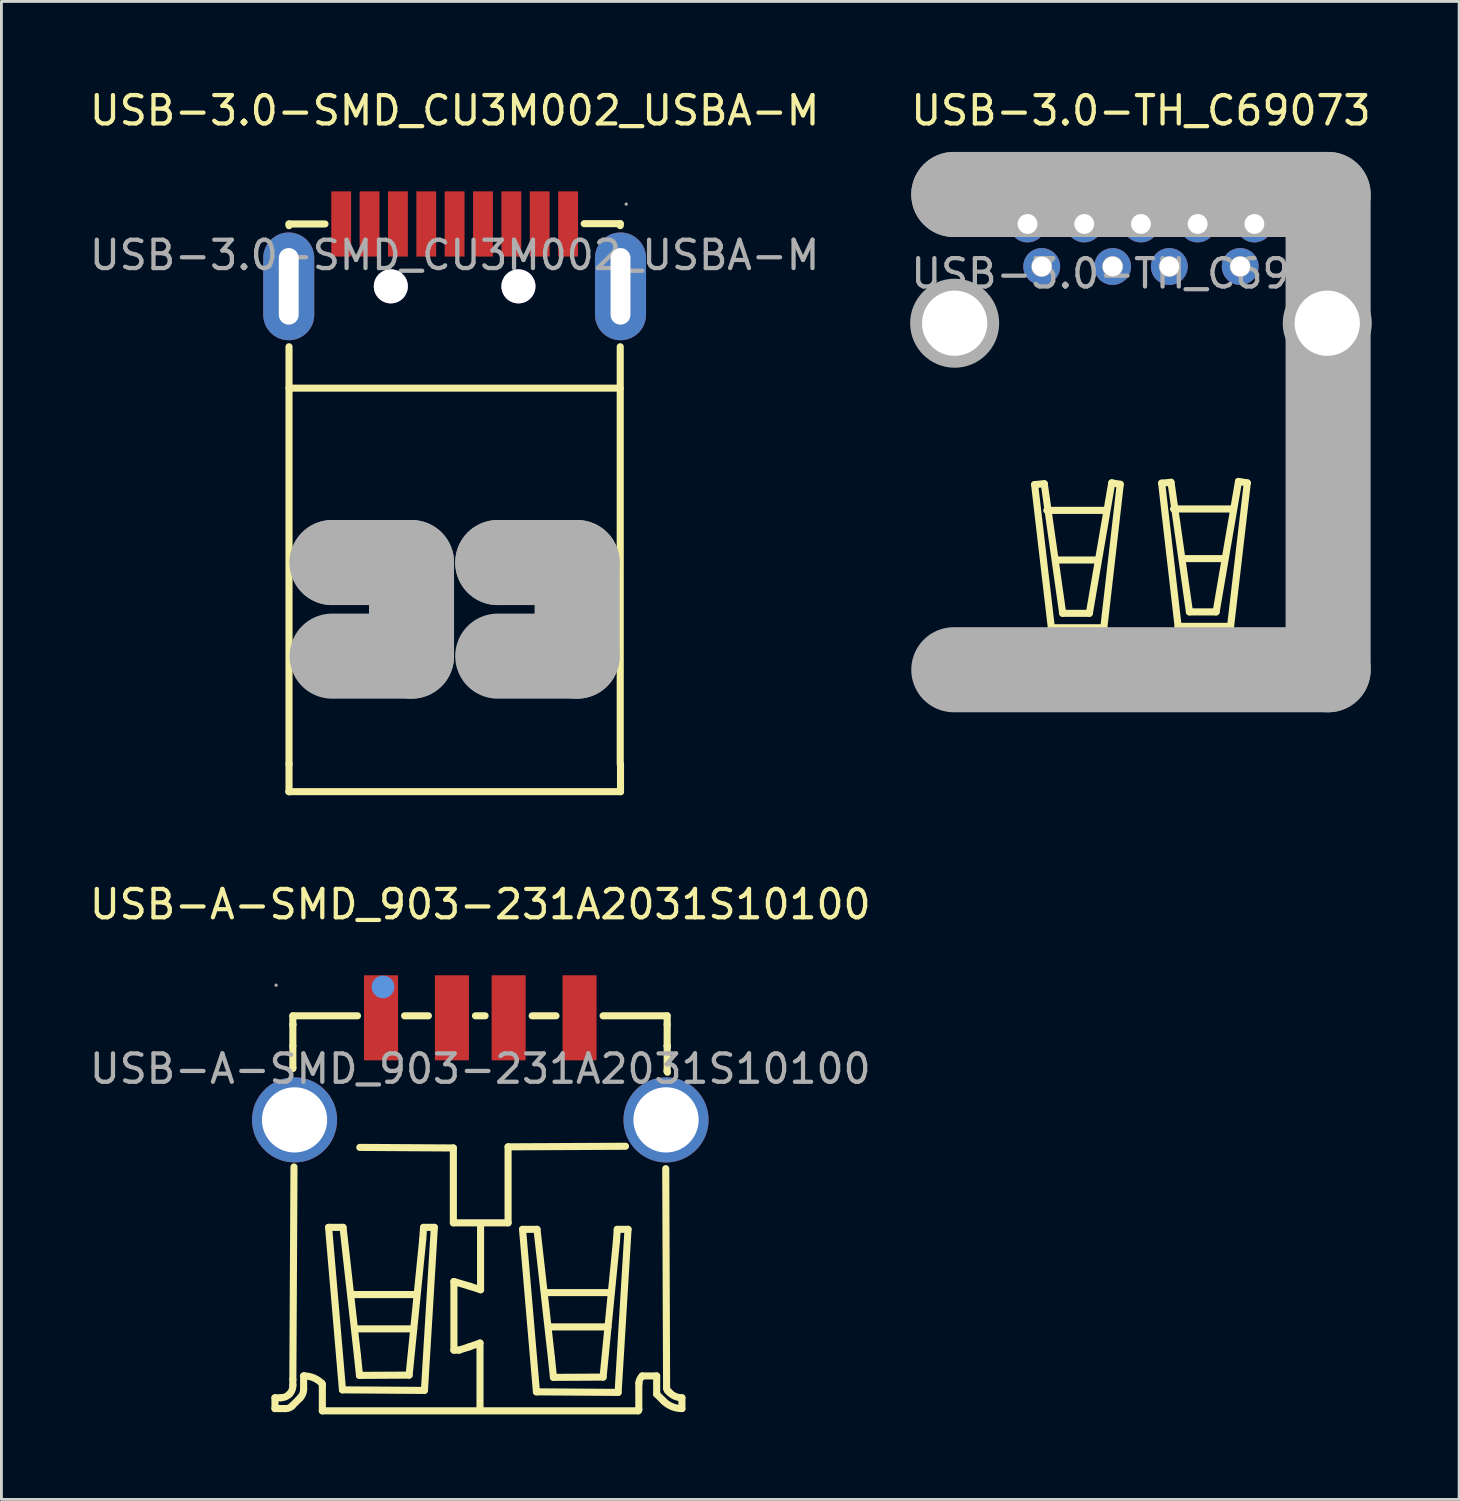
<source format=kicad_pcb>
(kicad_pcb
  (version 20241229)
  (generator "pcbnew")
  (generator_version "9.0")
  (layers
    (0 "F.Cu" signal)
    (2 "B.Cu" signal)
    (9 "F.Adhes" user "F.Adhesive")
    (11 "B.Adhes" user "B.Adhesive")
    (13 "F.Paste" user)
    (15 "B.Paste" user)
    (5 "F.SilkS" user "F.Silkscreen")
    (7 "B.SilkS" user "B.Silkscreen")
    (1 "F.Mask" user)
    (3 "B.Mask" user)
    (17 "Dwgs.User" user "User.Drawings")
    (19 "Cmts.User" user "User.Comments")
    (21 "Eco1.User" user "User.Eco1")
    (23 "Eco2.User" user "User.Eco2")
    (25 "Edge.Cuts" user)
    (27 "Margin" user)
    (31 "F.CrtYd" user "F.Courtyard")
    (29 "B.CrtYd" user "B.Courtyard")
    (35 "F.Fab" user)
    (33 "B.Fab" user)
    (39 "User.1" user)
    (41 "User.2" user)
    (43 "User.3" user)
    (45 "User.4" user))
  (footprint "USB-3.0-SMD_CU3M002_USBA-M"
    (layer "F.Cu")
    (at 12.982 5.948)
    (property "Reference" "USB-3.0-SMD_CU3M002_USBA-M" (at 0 -5.1 0) (layer "F.SilkS") (effects (font (size 1 1) (thickness 0.15))))
    (attr through_hole)
    (fp_line (start -5.84 -1.04) (end -5.84 -1.1) (stroke (width 0.25) (type solid)) (layer "F.SilkS"))
    (fp_line (start -5.84 4.69) (end 5.84 4.69) (stroke (width 0.25) (type solid)) (layer "F.SilkS"))
    (fp_line (start -5.84 17.95) (end -5.84 3.23) (stroke (width 0.25) (type solid)) (layer "F.SilkS"))
    (fp_line (start -5.84 18.92) (end -5.84 17.95) (stroke (width 0.25) (type solid)) (layer "F.SilkS"))
    (fp_line (start -5.84 18.92) (end -5.84 18.92) (stroke (width 0.25) (type solid)) (layer "F.SilkS"))
    (fp_line (start -4.57 -1.1) (end -5.84 -1.1) (stroke (width 0.25) (type solid)) (layer "F.SilkS"))
    (fp_line (start 5.84 -1.11) (end 4.57 -1.11) (stroke (width 0.25) (type solid)) (layer "F.SilkS"))
    (fp_line (start 5.84 -1.11) (end 5.84 -1.04) (stroke (width 0.25) (type solid)) (layer "F.SilkS"))
    (fp_line (start 5.84 3.23) (end 5.84 17.95) (stroke (width 0.25) (type solid)) (layer "F.SilkS"))
    (fp_line (start 5.85 17.95) (end 5.85 18.92) (stroke (width 0.25) (type solid)) (layer "F.SilkS"))
    (fp_line (start 5.85 18.92) (end -5.84 18.92) (stroke (width 0.25) (type solid)) (layer "F.SilkS"))
    (fp_line (start -4.32 10.84) (end -4.32 10.84) (stroke (width 3) (type solid)) (layer "F.Fab"))
    (fp_line (start -4.32 10.84) (end -1.52 10.84) (stroke (width 3) (type solid)) (layer "F.Fab"))
    (fp_line (start -1.52 10.84) (end -1.52 14.14) (stroke (width 3) (type solid)) (layer "F.Fab"))
    (fp_line (start -1.52 14.14) (end -4.32 14.14) (stroke (width 3) (type solid)) (layer "F.Fab"))
    (fp_line (start 1.52 10.84) (end 1.52 10.84) (stroke (width 3) (type solid)) (layer "F.Fab"))
    (fp_line (start 1.52 10.84) (end 4.32 10.84) (stroke (width 3) (type solid)) (layer "F.Fab"))
    (fp_line (start 4.32 10.84) (end 4.32 14.14) (stroke (width 3) (type solid)) (layer "F.Fab"))
    (fp_line (start 4.32 14.14) (end 1.52 14.14) (stroke (width 3) (type solid)) (layer "F.Fab"))
    (fp_circle (center 6.05 -1.8) (end 6.08 -1.8) (stroke (width 0.06) (type solid)) (fill no) (layer "F.Fab"))
    (fp_text user "${REFERENCE}" (at 0 0 0) (layer "F.Fab") (effects (font (size 1 1) (thickness 0.15))))
    (pad "" thru_hole circle (at -2.25 1.1) (size 1.2 1.2) (drill 1.2) (layers "*.Cu" "*.Mask"))
    (pad "" thru_hole circle (at 2.25 1.1) (size 1.2 1.2) (drill 1.2) (layers "*.Cu" "*.Mask"))
    (pad "1" smd rect (at 3 -1.1) (size 0.7 2.3) (layers "F.Cu" "F.Mask" "F.Paste"))
    (pad "2" smd rect (at 1 -1.1) (size 0.7 2.3) (layers "F.Cu" "F.Mask" "F.Paste"))
    (pad "3" smd rect (at -1 -1.1) (size 0.7 2.3) (layers "F.Cu" "F.Mask" "F.Paste"))
    (pad "4" smd rect (at -3 -1.1) (size 0.7 2.3) (layers "F.Cu" "F.Mask" "F.Paste"))
    (pad "5" smd rect (at -4 -1.1) (size 0.7 2.3) (layers "F.Cu" "F.Mask" "F.Paste"))
    (pad "6" smd rect (at -2 -1.1) (size 0.7 2.3) (layers "F.Cu" "F.Mask" "F.Paste"))
    (pad "7" smd rect (at 0 -1.1) (size 0.7 2.3) (layers "F.Cu" "F.Mask" "F.Paste"))
    (pad "8" smd rect (at 2 -1.1) (size 0.7 2.3) (layers "F.Cu" "F.Mask" "F.Paste"))
    (pad "9" smd rect (at 4 -1.1) (size 0.7 2.3) (layers "F.Cu" "F.Mask" "F.Paste"))
    (pad "10" thru_hole oval (at 5.85 1.1) (size 1.8 3.8) (drill oval 0.7 2.7) (layers "*.Cu" "*.Paste" "*.Mask"))
    (pad "11" thru_hole oval (at -5.85 1.1) (size 1.8 3.8) (drill oval 0.7 2.7) (layers "*.Cu" "*.Paste" "*.Mask")))
  (footprint "USB-3.0-TH_C69073"
    (layer "F.Cu")
    (at 37.185 6.598)
    (property "Reference" "USB-3.0-TH_C69073" (at 0 -5.75 0) (layer "F.SilkS") (effects (font (size 1 1) (thickness 0.15))))
    (attr through_hole)
    (fp_line (start -3.75 7.44) (end -3.16 12.49) (stroke (width 0.25) (type solid)) (layer "F.SilkS"))
    (fp_line (start -3.41 7.41) (end -3.75 7.44) (stroke (width 0.25) (type solid)) (layer "F.SilkS"))
    (fp_line (start -3.32 8.35) (end -1.23 8.35) (stroke (width 0.25) (type solid)) (layer "F.SilkS"))
    (fp_line (start -3.16 12.49) (end -1.31 12.49) (stroke (width 0.25) (type solid)) (layer "F.SilkS"))
    (fp_line (start -2.99 10.1) (end -1.54 10.1) (stroke (width 0.25) (type solid)) (layer "F.SilkS"))
    (fp_line (start -2.76 11.98) (end -3.41 7.41) (stroke (width 0.25) (type solid)) (layer "F.SilkS"))
    (fp_line (start -1.82 11.98) (end -2.76 11.98) (stroke (width 0.25) (type solid)) (layer "F.SilkS"))
    (fp_line (start -1.31 12.49) (end -0.73 7.43) (stroke (width 0.25) (type solid)) (layer "F.SilkS"))
    (fp_line (start -1.03 7.38) (end -1.82 11.98) (stroke (width 0.25) (type solid)) (layer "F.SilkS"))
    (fp_line (start -0.73 7.43) (end -1.03 7.38) (stroke (width 0.25) (type solid)) (layer "F.SilkS"))
    (fp_line (start 0.73 7.39) (end 1.06 7.36) (stroke (width 0.25) (type solid)) (layer "F.SilkS"))
    (fp_line (start 1.06 7.36) (end 1.71 11.93) (stroke (width 0.25) (type solid)) (layer "F.SilkS"))
    (fp_line (start 1.15 8.3) (end 3.24 8.3) (stroke (width 0.25) (type solid)) (layer "F.SilkS"))
    (fp_line (start 1.31 12.44) (end 0.73 7.39) (stroke (width 0.25) (type solid)) (layer "F.SilkS"))
    (fp_line (start 1.48 10.05) (end 2.93 10.05) (stroke (width 0.25) (type solid)) (layer "F.SilkS"))
    (fp_line (start 1.71 11.93) (end 2.65 11.93) (stroke (width 0.25) (type solid)) (layer "F.SilkS"))
    (fp_line (start 2.65 11.93) (end 3.44 7.33) (stroke (width 0.25) (type solid)) (layer "F.SilkS"))
    (fp_line (start 3.16 12.44) (end 1.31 12.44) (stroke (width 0.25) (type solid)) (layer "F.SilkS"))
    (fp_line (start 3.44 7.33) (end 3.75 7.38) (stroke (width 0.25) (type solid)) (layer "F.SilkS"))
    (fp_line (start 3.75 7.38) (end 3.16 12.44) (stroke (width 0.25) (type solid)) (layer "F.SilkS"))
    (fp_line (start -6.6 -2.79) (end -6.6 -2.79) (stroke (width 3) (type solid)) (layer "F.Fab"))
    (fp_line (start -6.6 -2.79) (end 6.6 -2.79) (stroke (width 3) (type solid)) (layer "F.Fab"))
    (fp_line (start 6.6 -2.79) (end 6.6 13.97) (stroke (width 3) (type solid)) (layer "F.Fab"))
    (fp_line (start 6.6 13.97) (end -6.6 13.97) (stroke (width 3) (type solid)) (layer "F.Fab"))
    (fp_circle (center -7.97 -2.92) (end -7.94 -2.92) (stroke (width 0.06) (type solid)) (fill no) (layer "F.Fab"))
    (fp_circle (center -6.57 1.75) (end -6.05 1.75) (stroke (width 1.05) (type solid)) (fill no) (layer "F.Fab"))
    (fp_circle (center -4 -1.75) (end -3.88 -1.75) (stroke (width 0.25) (type solid)) (fill no) (layer "F.Fab"))
    (fp_circle (center -3.5 -0.25) (end -3.38 -0.25) (stroke (width 0.25) (type solid)) (fill no) (layer "F.Fab"))
    (fp_circle (center -2 -1.75) (end -1.88 -1.75) (stroke (width 0.25) (type solid)) (fill no) (layer "F.Fab"))
    (fp_circle (center -1 -0.25) (end -0.88 -0.25) (stroke (width 0.25) (type solid)) (fill no) (layer "F.Fab"))
    (fp_circle (center 0 -1.75) (end 0.12 -1.75) (stroke (width 0.25) (type solid)) (fill no) (layer "F.Fab"))
    (fp_circle (center 1 -0.25) (end 1.12 -0.25) (stroke (width 0.25) (type solid)) (fill no) (layer "F.Fab"))
    (fp_circle (center 2 -1.75) (end 2.12 -1.75) (stroke (width 0.25) (type solid)) (fill no) (layer "F.Fab"))
    (fp_circle (center 3.5 -0.25) (end 3.62 -0.25) (stroke (width 0.25) (type solid)) (fill no) (layer "F.Fab"))
    (fp_circle (center 4 -1.75) (end 4.12 -1.75) (stroke (width 0.25) (type solid)) (fill no) (layer "F.Fab"))
    (fp_circle (center 6.57 1.75) (end 7.09 1.75) (stroke (width 1.05) (type solid)) (fill no) (layer "F.Fab"))
    (fp_text user "${REFERENCE}" (at 0 0 0) (layer "F.Fab") (effects (font (size 1 1) (thickness 0.15))))
    (pad "1" thru_hole circle (at -3.5 -0.25) (size 1.3 1.3) (drill 0.7) (layers "*.Cu" "*.Paste" "*.Mask"))
    (pad "2" thru_hole circle (at -1 -0.25) (size 1.3 1.3) (drill 0.7) (layers "*.Cu" "*.Paste" "*.Mask"))
    (pad "3" thru_hole circle (at 1 -0.25) (size 1.3 1.3) (drill 0.7) (layers "*.Cu" "*.Paste" "*.Mask"))
    (pad "4" thru_hole circle (at 3.5 -0.25) (size 1.3 1.3) (drill 0.7) (layers "*.Cu" "*.Paste" "*.Mask"))
    (pad "5" thru_hole circle (at 4 -1.75) (size 1.3 1.3) (drill 0.7) (layers "*.Cu" "*.Paste" "*.Mask"))
    (pad "6" thru_hole circle (at 2 -1.75) (size 1.3 1.3) (drill 0.7) (layers "*.Cu" "*.Paste" "*.Mask"))
    (pad "7" thru_hole circle (at 0 -1.75) (size 1.3 1.3) (drill 0.7) (layers "*.Cu" "*.Paste" "*.Mask"))
    (pad "8" thru_hole circle (at -2 -1.75) (size 1.3 1.3) (drill 0.7) (layers "*.Cu" "*.Paste" "*.Mask"))
    (pad "9" thru_hole circle (at -4 -1.75) (size 1.3 1.3) (drill 0.7) (layers "*.Cu" "*.Paste" "*.Mask"))
    (pad "10" thru_hole circle (at -6.57 1.75) (size 2.8 2.8) (drill 2.3) (layers "*.Cu" "*.Paste" "*.Mask"))
    (pad "11" thru_hole circle (at 6.57 1.75) (size 2.8 2.8) (drill 2.3) (layers "*.Cu" "*.Paste" "*.Mask")))
  (footprint "USB-A-SMD_903-231A2031S10100"
    (layer "F.Cu")
    (at 13.887 34.642)
    (property "Reference" "USB-A-SMD_903-231A2031S10100" (at 0 -5.8 0) (layer "F.SilkS") (effects (font (size 1 1) (thickness 0.15))))
    (attr through_hole)
    (fp_line (start -7.24 11.6) (end -7.24 11.98) (stroke (width 0.25) (type solid)) (layer "F.SilkS"))
    (fp_line (start -7.24 11.98) (end -6.86 11.98) (stroke (width 0.25) (type solid)) (layer "F.SilkS"))
    (fp_line (start -7.04 11.6) (end -7.24 11.6) (stroke (width 0.25) (type solid)) (layer "F.SilkS"))
    (fp_line (start -6.64 11.89) (end -6.35 11.6) (stroke (width 0.25) (type solid)) (layer "F.SilkS"))
    (fp_line (start -6.61 -1.87) (end -4.33 -1.87) (stroke (width 0.25) (type solid)) (layer "F.SilkS"))
    (fp_line (start -6.61 -1.56) (end -6.61 -1.87) (stroke (width 0.25) (type solid)) (layer "F.SilkS"))
    (fp_line (start -6.61 -1.56) (end -6.61 -1.56) (stroke (width 0.25) (type solid)) (layer "F.SilkS"))
    (fp_line (start -6.61 -0.81) (end -6.61 -1.56) (stroke (width 0.25) (type solid)) (layer "F.SilkS"))
    (fp_line (start -6.61 -0.81) (end -6.61 -0.03) (stroke (width 0.25) (type solid)) (layer "F.SilkS"))
    (fp_line (start -6.61 10.96) (end -6.61 11.16) (stroke (width 0.25) (type solid)) (layer "F.SilkS"))
    (fp_line (start -6.6 1.94) (end -7.2 1.94) (stroke (width 0.25) (type solid)) (layer "F.SilkS"))
    (fp_line (start -6.57 3.46) (end -6.61 10.96) (stroke (width 0.25) (type solid)) (layer "F.SilkS"))
    (fp_line (start -6.23 10.83) (end -6.2 10.83) (stroke (width 0.25) (type solid)) (layer "F.SilkS"))
    (fp_line (start -6.23 11.29) (end -6.23 10.83) (stroke (width 0.25) (type solid)) (layer "F.SilkS"))
    (fp_line (start -5.57 11.13) (end -5.57 12.06) (stroke (width 0.25) (type solid)) (layer "F.SilkS"))
    (fp_line (start -5.57 12.06) (end 5.57 12.06) (stroke (width 0.25) (type solid)) (layer "F.SilkS"))
    (fp_line (start -5.35 5.59) (end -4.84 5.59) (stroke (width 0.25) (type solid)) (layer "F.SilkS"))
    (fp_line (start -4.86 11.32) (end -5.35 5.59) (stroke (width 0.25) (type solid)) (layer "F.SilkS"))
    (fp_line (start -4.84 5.59) (end -4.33 10.13) (stroke (width 0.25) (type solid)) (layer "F.SilkS"))
    (fp_line (start -4.52 7.96) (end -2.26 7.96) (stroke (width 0.25) (type solid)) (layer "F.SilkS"))
    (fp_line (start -4.38 9.17) (end -2.35 9.17) (stroke (width 0.25) (type solid)) (layer "F.SilkS"))
    (fp_line (start -4.33 10.13) (end -4.26 10.81) (stroke (width 0.25) (type solid)) (layer "F.SilkS"))
    (fp_line (start -4.26 10.81) (end -2.51 10.8) (stroke (width 0.25) (type solid)) (layer "F.SilkS"))
    (fp_line (start -4.25 2.77) (end -0.95 2.79) (stroke (width 0.25) (type solid)) (layer "F.SilkS"))
    (fp_line (start -2.67 -1.87) (end -1.83 -1.87) (stroke (width 0.25) (type solid)) (layer "F.SilkS"))
    (fp_line (start -2.51 10.8) (end -2.03 6.02) (stroke (width 0.25) (type solid)) (layer "F.SilkS"))
    (fp_line (start -2.03 6.02) (end -2 5.59) (stroke (width 0.25) (type solid)) (layer "F.SilkS"))
    (fp_line (start -2 5.59) (end -1.62 5.59) (stroke (width 0.25) (type solid)) (layer "F.SilkS"))
    (fp_line (start -1.97 11.34) (end -4.86 11.32) (stroke (width 0.25) (type solid)) (layer "F.SilkS"))
    (fp_line (start -1.62 5.59) (end -1.97 11.34) (stroke (width 0.25) (type solid)) (layer "F.SilkS"))
    (fp_line (start -0.95 2.79) (end -0.95 5.43) (stroke (width 0.25) (type solid)) (layer "F.SilkS"))
    (fp_line (start -0.95 5.43) (end 0.98 5.43) (stroke (width 0.25) (type solid)) (layer "F.SilkS"))
    (fp_line (start -0.93 7.5) (end -0.93 9.92) (stroke (width 0.25) (type solid)) (layer "F.SilkS"))
    (fp_line (start -0.93 9.92) (end -0.75 9.92) (stroke (width 0.25) (type solid)) (layer "F.SilkS"))
    (fp_line (start -0.75 9.92) (end -0.38 9.8) (stroke (width 0.25) (type solid)) (layer "F.SilkS"))
    (fp_line (start -0.38 9.8) (end -0.01 9.67) (stroke (width 0.25) (type solid)) (layer "F.SilkS"))
    (fp_line (start -0.36 7.67) (end -0.93 7.5) (stroke (width 0.25) (type solid)) (layer "F.SilkS"))
    (fp_line (start -0.17 -1.87) (end 0.17 -1.87) (stroke (width 0.25) (type solid)) (layer "F.SilkS"))
    (fp_line (start -0.01 9.67) (end -0.01 12.01) (stroke (width 0.25) (type solid)) (layer "F.SilkS"))
    (fp_line (start 0.01 5.48) (end 0.01 7.79) (stroke (width 0.25) (type solid)) (layer "F.SilkS"))
    (fp_line (start 0.01 7.79) (end -0.36 7.67) (stroke (width 0.25) (type solid)) (layer "F.SilkS"))
    (fp_line (start 0.98 2.75) (end 5.12 2.73) (stroke (width 0.25) (type solid)) (layer "F.SilkS"))
    (fp_line (start 0.98 5.43) (end 0.98 2.75) (stroke (width 0.25) (type solid)) (layer "F.SilkS"))
    (fp_line (start 1.49 5.66) (end 2 5.66) (stroke (width 0.25) (type solid)) (layer "F.SilkS"))
    (fp_line (start 1.83 -1.87) (end 2.67 -1.87) (stroke (width 0.25) (type solid)) (layer "F.SilkS"))
    (fp_line (start 1.98 11.39) (end 1.49 5.66) (stroke (width 0.25) (type solid)) (layer "F.SilkS"))
    (fp_line (start 2 5.66) (end 2.51 10.2) (stroke (width 0.25) (type solid)) (layer "F.SilkS"))
    (fp_line (start 2.33 7.89) (end 4.59 7.89) (stroke (width 0.25) (type solid)) (layer "F.SilkS"))
    (fp_line (start 2.47 9.1) (end 4.5 9.1) (stroke (width 0.25) (type solid)) (layer "F.SilkS"))
    (fp_line (start 2.51 10.2) (end 2.58 10.88) (stroke (width 0.25) (type solid)) (layer "F.SilkS"))
    (fp_line (start 2.58 10.88) (end 4.33 10.87) (stroke (width 0.25) (type solid)) (layer "F.SilkS"))
    (fp_line (start 4.33 -1.87) (end 6.59 -1.87) (stroke (width 0.25) (type solid)) (layer "F.SilkS"))
    (fp_line (start 4.33 10.87) (end 4.8 6.09) (stroke (width 0.25) (type solid)) (layer "F.SilkS"))
    (fp_line (start 4.8 6.09) (end 4.83 5.66) (stroke (width 0.25) (type solid)) (layer "F.SilkS"))
    (fp_line (start 4.83 5.66) (end 5.21 5.66) (stroke (width 0.25) (type solid)) (layer "F.SilkS"))
    (fp_line (start 4.86 11.41) (end 1.98 11.39) (stroke (width 0.25) (type solid)) (layer "F.SilkS"))
    (fp_line (start 5.21 5.66) (end 4.86 11.41) (stroke (width 0.25) (type solid)) (layer "F.SilkS"))
    (fp_line (start 5.59 12.02) (end 5.59 11.09) (stroke (width 0.25) (type solid)) (layer "F.SilkS"))
    (fp_line (start 5.68 10.87) (end 5.71 10.83) (stroke (width 0.25) (type solid)) (layer "F.SilkS"))
    (fp_line (start 5.71 10.83) (end 6.22 10.83) (stroke (width 0.25) (type solid)) (layer "F.SilkS"))
    (fp_line (start 6.22 10.83) (end 6.22 11.47) (stroke (width 0.25) (type solid)) (layer "F.SilkS"))
    (fp_line (start 6.22 11.47) (end 6.46 11.71) (stroke (width 0.25) (type solid)) (layer "F.SilkS"))
    (fp_line (start 6.57 11.26) (end 6.54 3.52) (stroke (width 0.25) (type solid)) (layer "F.SilkS"))
    (fp_line (start 6.59 -1.87) (end 6.59 -1.56) (stroke (width 0.25) (type solid)) (layer "F.SilkS"))
    (fp_line (start 6.59 -0.81) (end 6.59 -1.56) (stroke (width 0.25) (type solid)) (layer "F.SilkS"))
    (fp_line (start 6.59 -0.81) (end 6.59 0.08) (stroke (width 0.25) (type solid)) (layer "F.SilkS"))
    (fp_line (start 6.6 1.94) (end 7.2 1.94) (stroke (width 0.25) (type solid)) (layer "F.SilkS"))
    (fp_line (start 6.68 11.42) (end 6.6 11.34) (stroke (width 0.25) (type solid)) (layer "F.SilkS"))
    (fp_line (start 7.11 11.98) (end 7.11 11.6) (stroke (width 0.25) (type solid)) (layer "F.SilkS"))
    (fp_arc (start -6.73058 11.468595) (mid -6.871917 11.565787) (end -7.04 11.6) (stroke (width 0.25) (type solid)) (layer "F.SilkS"))
    (fp_arc (start -6.64 11.89) (mid -6.741163 11.957537) (end -6.860489 11.981127) (stroke (width 0.25) (type solid)) (layer "F.SilkS"))
    (fp_arc (start -6.61 -0.01) (mid -6.61232 -0.02134) (end -6.60866 -0.032321) (stroke (width 0.25) (type solid)) (layer "F.SilkS"))
    (fp_arc (start -6.608739 11.159316) (mid -6.638132 11.32685) (end -6.73 11.47) (stroke (width 0.25) (type solid)) (layer "F.SilkS"))
    (fp_arc (start -6.23 11.29) (mid -6.259559 11.456994) (end -6.351372 11.599581) (stroke (width 0.25) (type solid)) (layer "F.SilkS"))
    (fp_arc (start -6.199893 10.830289) (mid -5.869235 10.899764) (end -5.59 11.09) (stroke (width 0.25) (type solid)) (layer "F.SilkS"))
    (fp_arc (start -5.586665 11.088502) (mid -5.574322 11.10764) (end -5.57 11.13) (stroke (width 0.25) (type solid)) (layer "F.SilkS"))
    (fp_arc (start 5.59 12.02) (mid 5.581951 12.04164) (end 5.566418 12.058721) (stroke (width 0.25) (type solid)) (layer "F.SilkS"))
    (fp_arc (start 5.595956 11.087549) (mid 5.616297 10.970399) (end 5.68 10.87) (stroke (width 0.25) (type solid)) (layer "F.SilkS"))
    (fp_arc (start 6.59 -0.81) (mid 6.597434 -0.795811) (end 6.6 -0.78) (stroke (width 0.25) (type solid)) (layer "F.SilkS"))
    (fp_arc (start 6.6 0.12) (mid 6.587066 0.09995) (end 6.583549 0.07635) (stroke (width 0.25) (type solid)) (layer "F.SilkS"))
    (fp_arc (start 6.600417 11.339843) (mid 6.577862 11.30272) (end 6.57 11.26) (stroke (width 0.25) (type solid)) (layer "F.SilkS"))
    (fp_arc (start 7.109257 11.598111) (mid 6.876943 11.551679) (end 6.68 11.42) (stroke (width 0.25) (type solid)) (layer "F.SilkS"))
    (fp_arc (start 7.11 11.98) (mid 6.75808 11.910031) (end 6.459689 11.710765) (stroke (width 0.25) (type solid)) (layer "F.SilkS"))
    (fp_circle (center -6.55 1.8) (end -5.8 1.8) (stroke (width 1.5) (type solid)) (fill no) (layer "F.Paste"))
    (fp_circle (center 6.55 1.8) (end 7.3 1.8) (stroke (width 1.5) (type solid)) (fill no) (layer "F.Paste"))
    (fp_circle (center -3.43 -2.89) (end -3.23 -2.89) (stroke (width 0.4) (type solid)) (fill no) (layer "Cmts.User"))
    (fp_circle (center -7.2 -2.95) (end -7.17 -2.95) (stroke (width 0.06) (type solid)) (fill no) (layer "F.Fab"))
    (fp_text user "${REFERENCE}" (at 0 0 0) (layer "F.Fab") (effects (font (size 1 1) (thickness 0.15))))
    (pad "1" smd rect (at -3.5 -1.8 180) (size 1.2 3) (layers "F.Cu" "F.Mask" "F.Paste"))
    (pad "2" smd rect (at -1 -1.8 180) (size 1.2 3) (layers "F.Cu" "F.Mask" "F.Paste"))
    (pad "3" smd rect (at 1 -1.8 180) (size 1.2 3) (layers "F.Cu" "F.Mask" "F.Paste"))
    (pad "4" smd rect (at 3.5 -1.8 180) (size 1.2 3) (layers "F.Cu" "F.Mask" "F.Paste"))
    (pad "5" thru_hole circle (at 6.55 1.8 90) (size 3 3) (drill 2.3) (layers "*.Cu" "*.Paste" "*.Mask"))
    (pad "6" thru_hole circle (at -6.55 1.8 270) (size 3 3) (drill 2.3) (layers "*.Cu" "*.Paste" "*.Mask")))
  (gr_rect
    (start -3 -3)
    (end 48.405 49.827)
    (stroke (width 0.1) (type default))
    (fill no)
    (layer "Edge.Cuts")))
</source>
